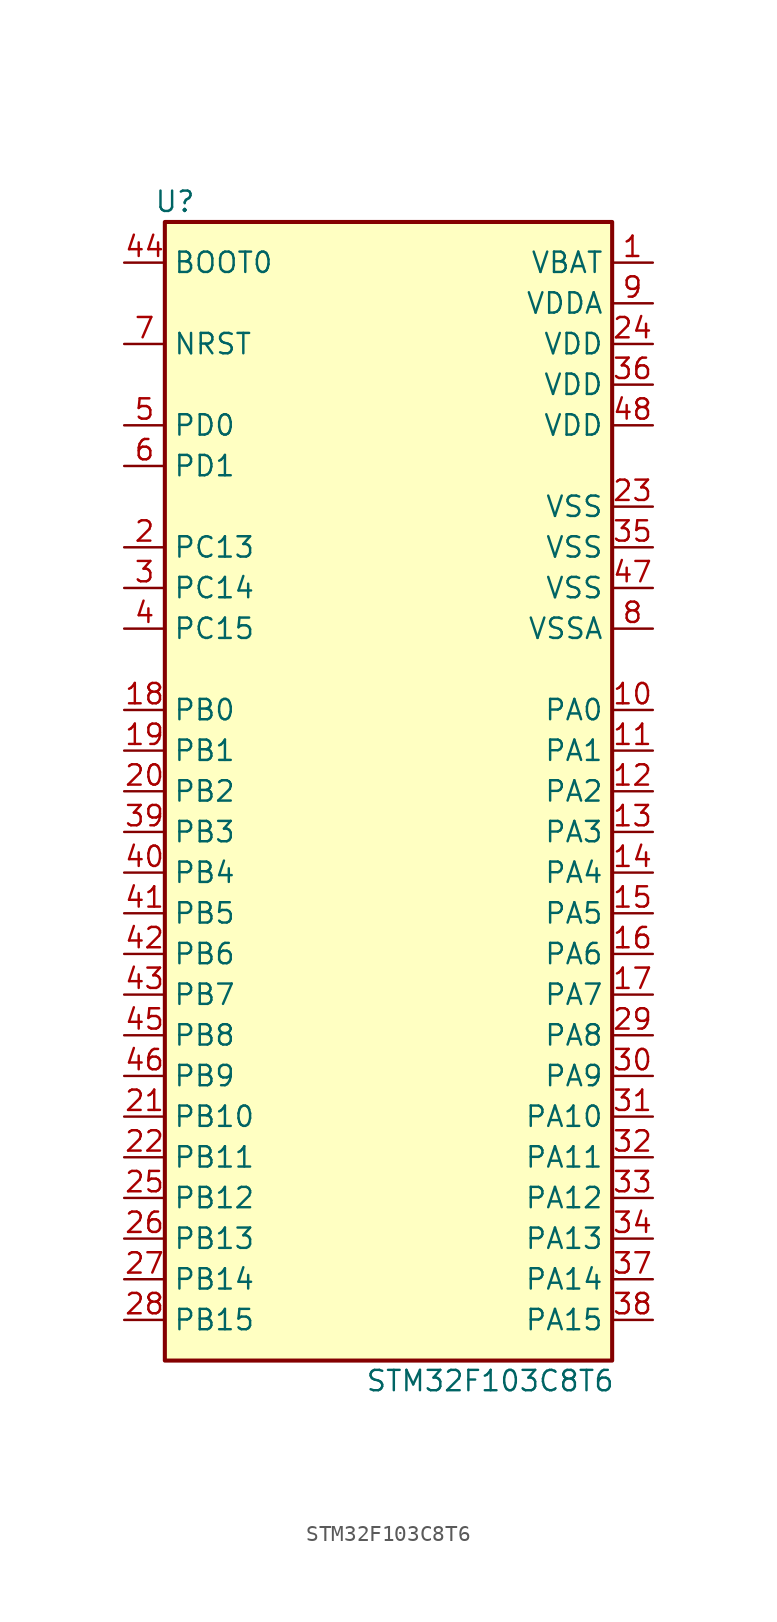
<source format=kicad_sym>
(kicad_symbol_lib
  (version 20211014)
  (generator kicad_symbol_editor)
  (symbol "STM32F103C8T6"
    (property "Reference" "U"
      (at -13.335 39.37 0)
      (effects (font (size 1.27 1.27))))
    (property "Value" "STM32F103C8T6"
      (at 6.35 -34.29 0)
      (effects (font (size 1.27 1.27))))
    (symbol "STM32F103C8T6_0_1"
      (rectangle (start -13.97 -33.02) (end 13.97 38.1) (stroke (width 0.254) (type default) (color 0 0 0 0)) (fill (type background))))
    (symbol "STM32F103C8T6_1_1"
      (pin power_in line (at 16.51 35.56 180) (length 2.54) (name "VBAT" (effects (font (size 1.27 1.27)))) (number "1" (effects (font (size 1.27 1.27)))))
      (pin bidirectional line (at 16.51 7.62 180) (length 2.54) (name "PA0" (effects (font (size 1.27 1.27)))) (number "10" (effects (font (size 1.27 1.27)))))
      (pin bidirectional line (at 16.51 5.08 180) (length 2.54) (name "PA1" (effects (font (size 1.27 1.27)))) (number "11" (effects (font (size 1.27 1.27)))))
      (pin bidirectional line (at 16.51 2.54 180) (length 2.54) (name "PA2" (effects (font (size 1.27 1.27)))) (number "12" (effects (font (size 1.27 1.27)))))
      (pin bidirectional line (at 16.51 0 180) (length 2.54) (name "PA3" (effects (font (size 1.27 1.27)))) (number "13" (effects (font (size 1.27 1.27)))))
      (pin bidirectional line (at 16.51 -2.54 180) (length 2.54) (name "PA4" (effects (font (size 1.27 1.27)))) (number "14" (effects (font (size 1.27 1.27)))))
      (pin bidirectional line (at 16.51 -5.08 180) (length 2.54) (name "PA5" (effects (font (size 1.27 1.27)))) (number "15" (effects (font (size 1.27 1.27)))))
      (pin bidirectional line (at 16.51 -7.62 180) (length 2.54) (name "PA6" (effects (font (size 1.27 1.27)))) (number "16" (effects (font (size 1.27 1.27)))))
      (pin bidirectional line (at 16.51 -10.16 180) (length 2.54) (name "PA7" (effects (font (size 1.27 1.27)))) (number "17" (effects (font (size 1.27 1.27)))))
      (pin bidirectional line (at -16.51 7.62 0) (length 2.54) (name "PB0" (effects (font (size 1.27 1.27)))) (number "18" (effects (font (size 1.27 1.27)))))
      (pin bidirectional line (at -16.51 5.08 0) (length 2.54) (name "PB1" (effects (font (size 1.27 1.27)))) (number "19" (effects (font (size 1.27 1.27)))))
      (pin bidirectional line (at -16.51 17.78 0) (length 2.54) (name "PC13" (effects (font (size 1.27 1.27)))) (number "2" (effects (font (size 1.27 1.27)))))
      (pin bidirectional line (at -16.51 2.54 0) (length 2.54) (name "PB2" (effects (font (size 1.27 1.27)))) (number "20" (effects (font (size 1.27 1.27)))))
      (pin bidirectional line (at -16.51 -17.78 0) (length 2.54) (name "PB10" (effects (font (size 1.27 1.27)))) (number "21" (effects (font (size 1.27 1.27)))))
      (pin bidirectional line (at -16.51 -20.32 0) (length 2.54) (name "PB11" (effects (font (size 1.27 1.27)))) (number "22" (effects (font (size 1.27 1.27)))))
      (pin power_in line (at 16.51 20.32 180) (length 2.54) (name "VSS" (effects (font (size 1.27 1.27)))) (number "23" (effects (font (size 1.27 1.27)))))
      (pin power_in line (at 16.51 30.48 180) (length 2.54) (name "VDD" (effects (font (size 1.27 1.27)))) (number "24" (effects (font (size 1.27 1.27)))))
      (pin bidirectional line (at -16.51 -22.86 0) (length 2.54) (name "PB12" (effects (font (size 1.27 1.27)))) (number "25" (effects (font (size 1.27 1.27)))))
      (pin bidirectional line (at -16.51 -25.4 0) (length 2.54) (name "PB13" (effects (font (size 1.27 1.27)))) (number "26" (effects (font (size 1.27 1.27)))))
      (pin bidirectional line (at -16.51 -27.94 0) (length 2.54) (name "PB14" (effects (font (size 1.27 1.27)))) (number "27" (effects (font (size 1.27 1.27)))))
      (pin bidirectional line (at -16.51 -30.48 0) (length 2.54) (name "PB15" (effects (font (size 1.27 1.27)))) (number "28" (effects (font (size 1.27 1.27)))))
      (pin bidirectional line (at 16.51 -12.7 180) (length 2.54) (name "PA8" (effects (font (size 1.27 1.27)))) (number "29" (effects (font (size 1.27 1.27)))))
      (pin bidirectional line (at -16.51 15.24 0) (length 2.54) (name "PC14" (effects (font (size 1.27 1.27)))) (number "3" (effects (font (size 1.27 1.27)))))
      (pin bidirectional line (at 16.51 -15.24 180) (length 2.54) (name "PA9" (effects (font (size 1.27 1.27)))) (number "30" (effects (font (size 1.27 1.27)))))
      (pin bidirectional line (at 16.51 -17.78 180) (length 2.54) (name "PA10" (effects (font (size 1.27 1.27)))) (number "31" (effects (font (size 1.27 1.27)))))
      (pin bidirectional line (at 16.51 -20.32 180) (length 2.54) (name "PA11" (effects (font (size 1.27 1.27)))) (number "32" (effects (font (size 1.27 1.27)))))
      (pin bidirectional line (at 16.51 -22.86 180) (length 2.54) (name "PA12" (effects (font (size 1.27 1.27)))) (number "33" (effects (font (size 1.27 1.27)))))
      (pin bidirectional line (at 16.51 -25.4 180) (length 2.54) (name "PA13" (effects (font (size 1.27 1.27)))) (number "34" (effects (font (size 1.27 1.27)))))
      (pin power_in line (at 16.51 17.78 180) (length 2.54) (name "VSS" (effects (font (size 1.27 1.27)))) (number "35" (effects (font (size 1.27 1.27)))))
      (pin power_in line (at 16.51 27.94 180) (length 2.54) (name "VDD" (effects (font (size 1.27 1.27)))) (number "36" (effects (font (size 1.27 1.27)))))
      (pin bidirectional line (at 16.51 -27.94 180) (length 2.54) (name "PA14" (effects (font (size 1.27 1.27)))) (number "37" (effects (font (size 1.27 1.27)))))
      (pin bidirectional line (at 16.51 -30.48 180) (length 2.54) (name "PA15" (effects (font (size 1.27 1.27)))) (number "38" (effects (font (size 1.27 1.27)))))
      (pin bidirectional line (at -16.51 0 0) (length 2.54) (name "PB3" (effects (font (size 1.27 1.27)))) (number "39" (effects (font (size 1.27 1.27)))))
      (pin bidirectional line (at -16.51 12.7 0) (length 2.54) (name "PC15" (effects (font (size 1.27 1.27)))) (number "4" (effects (font (size 1.27 1.27)))))
      (pin bidirectional line (at -16.51 -2.54 0) (length 2.54) (name "PB4" (effects (font (size 1.27 1.27)))) (number "40" (effects (font (size 1.27 1.27)))))
      (pin bidirectional line (at -16.51 -5.08 0) (length 2.54) (name "PB5" (effects (font (size 1.27 1.27)))) (number "41" (effects (font (size 1.27 1.27)))))
      (pin bidirectional line (at -16.51 -7.62 0) (length 2.54) (name "PB6" (effects (font (size 1.27 1.27)))) (number "42" (effects (font (size 1.27 1.27)))))
      (pin bidirectional line (at -16.51 -10.16 0) (length 2.54) (name "PB7" (effects (font (size 1.27 1.27)))) (number "43" (effects (font (size 1.27 1.27)))))
      (pin input line (at -16.51 35.56 0) (length 2.54) (name "BOOT0" (effects (font (size 1.27 1.27)))) (number "44" (effects (font (size 1.27 1.27)))))
      (pin bidirectional line (at -16.51 -12.7 0) (length 2.54) (name "PB8" (effects (font (size 1.27 1.27)))) (number "45" (effects (font (size 1.27 1.27)))))
      (pin bidirectional line (at -16.51 -15.24 0) (length 2.54) (name "PB9" (effects (font (size 1.27 1.27)))) (number "46" (effects (font (size 1.27 1.27)))))
      (pin power_in line (at 16.51 15.24 180) (length 2.54) (name "VSS" (effects (font (size 1.27 1.27)))) (number "47" (effects (font (size 1.27 1.27)))))
      (pin power_in line (at 16.51 25.4 180) (length 2.54) (name "VDD" (effects (font (size 1.27 1.27)))) (number "48" (effects (font (size 1.27 1.27)))))
      (pin input line (at -16.51 25.4 0) (length 2.54) (name "PD0" (effects (font (size 1.27 1.27)))) (number "5" (effects (font (size 1.27 1.27)))))
      (pin input line (at -16.51 22.86 0) (length 2.54) (name "PD1" (effects (font (size 1.27 1.27)))) (number "6" (effects (font (size 1.27 1.27)))))
      (pin input line (at -16.51 30.48 0) (length 2.54) (name "NRST" (effects (font (size 1.27 1.27)))) (number "7" (effects (font (size 1.27 1.27)))))
      (pin power_in line (at 16.51 12.7 180) (length 2.54) (name "VSSA" (effects (font (size 1.27 1.27)))) (number "8" (effects (font (size 1.27 1.27)))))
      (pin power_in line (at 16.51 33.02 180) (length 2.54) (name "VDDA" (effects (font (size 1.27 1.27)))) (number "9" (effects (font (size 1.27 1.27))))))))
</source>
